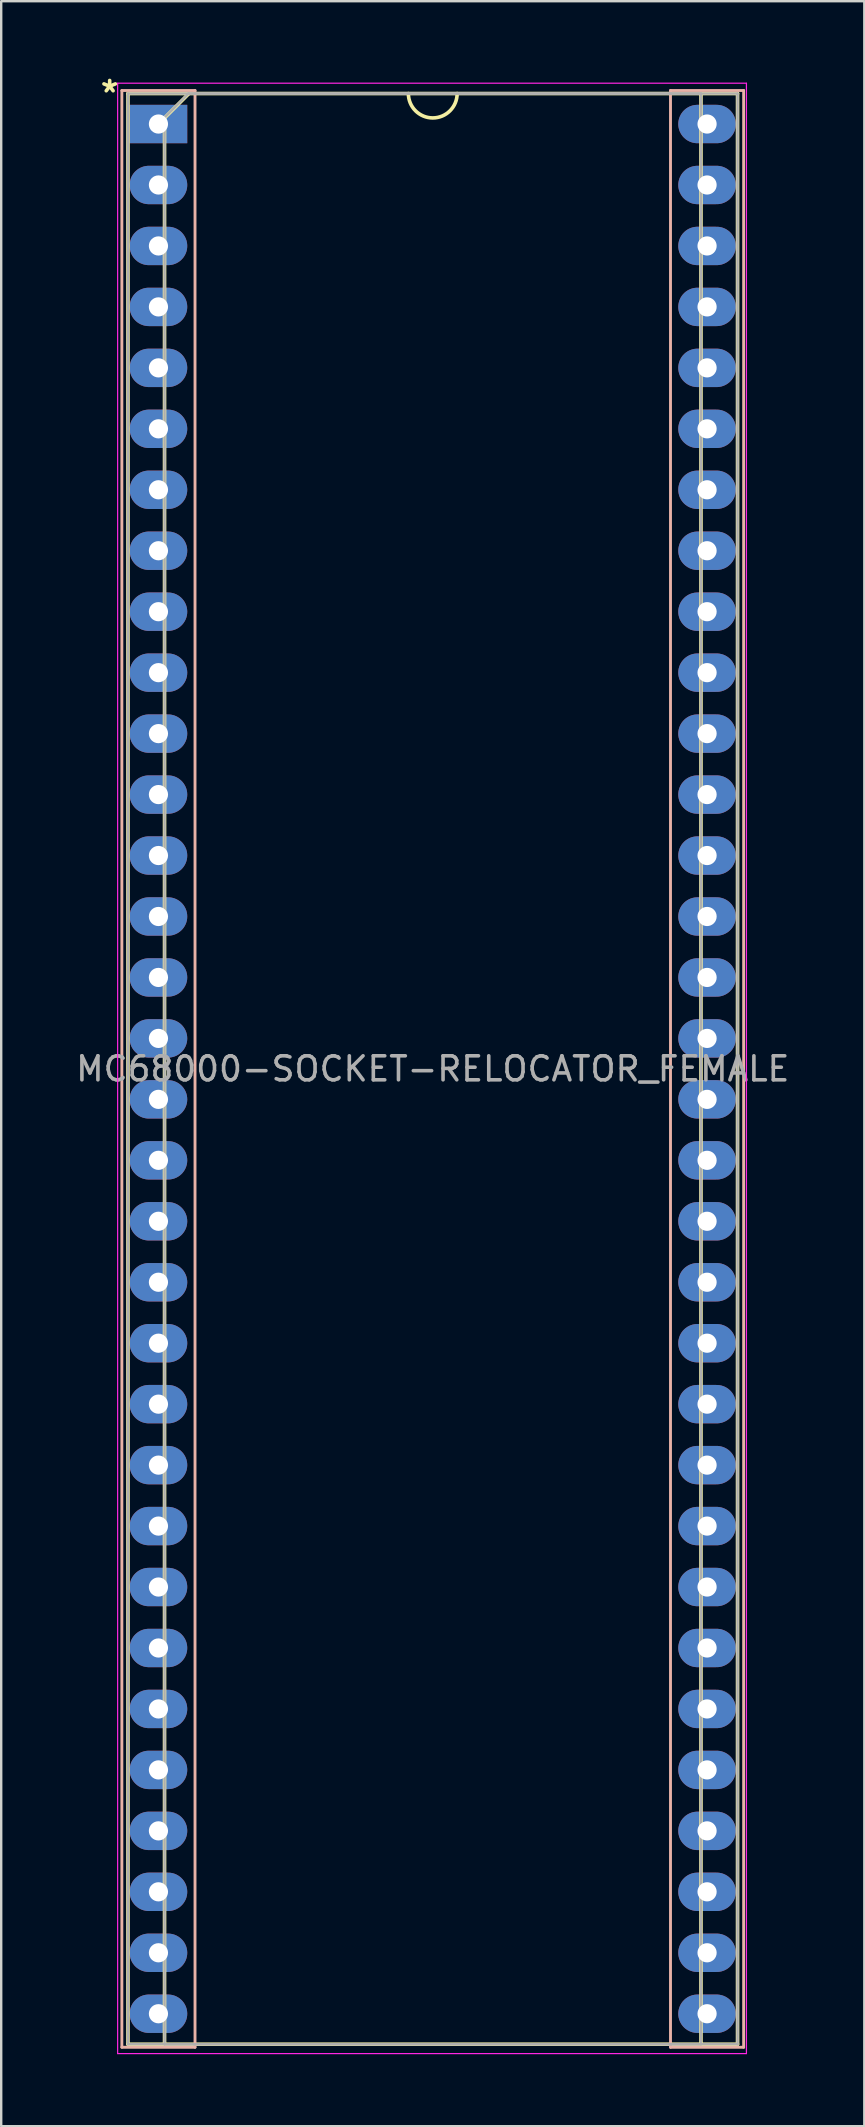
<source format=kicad_pcb>
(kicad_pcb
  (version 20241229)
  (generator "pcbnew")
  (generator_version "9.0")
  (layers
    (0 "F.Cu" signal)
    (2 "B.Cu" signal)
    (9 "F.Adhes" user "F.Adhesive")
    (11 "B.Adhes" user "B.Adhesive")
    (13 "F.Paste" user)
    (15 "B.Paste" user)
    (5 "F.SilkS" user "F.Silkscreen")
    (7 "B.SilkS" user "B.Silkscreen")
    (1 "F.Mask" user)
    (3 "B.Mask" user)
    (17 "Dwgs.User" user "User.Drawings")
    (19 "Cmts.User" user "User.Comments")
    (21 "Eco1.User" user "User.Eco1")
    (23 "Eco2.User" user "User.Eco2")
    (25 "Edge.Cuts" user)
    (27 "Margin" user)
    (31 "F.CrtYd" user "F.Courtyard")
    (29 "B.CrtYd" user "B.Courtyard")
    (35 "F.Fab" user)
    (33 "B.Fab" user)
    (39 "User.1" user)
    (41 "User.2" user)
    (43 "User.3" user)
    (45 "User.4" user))
  (footprint "MC68000-SOCKET-RELOCATOR_FEMALE"
    (layer "F.Cu")
    (at 3.552 2.118)
    (property "Reference" "MC68000-SOCKET-RELOCATOR_FEMALE" (at 11.43 39.37 0) (layer "F.Fab") (effects (font (size 1 1) (thickness 0.15))))
    (attr through_hole)
    (fp_line (start -1.27 -1.27) (end -1.27 80.01) (stroke (width 0.15) (type solid)) (layer "F.SilkS"))
    (fp_line (start -1.27 80.01) (end 24.13 80.01) (stroke (width 0.15) (type solid)) (layer "F.SilkS"))
    (fp_line (start 0.254 -0.254) (end 1.27 -1.27) (stroke (width 0.15) (type solid)) (layer "F.SilkS"))
    (fp_line (start 0.254 80.01) (end 0.254 -0.254) (stroke (width 0.15) (type solid)) (layer "F.SilkS"))
    (fp_line (start 22.606 -1.27) (end 22.606 80.01) (stroke (width 0.15) (type solid)) (layer "F.SilkS"))
    (fp_line (start 24.13 -1.27) (end -1.27 -1.27) (stroke (width 0.15) (type solid)) (layer "F.SilkS"))
    (fp_line (start 24.13 80.01) (end 24.13 -1.27) (stroke (width 0.15) (type solid)) (layer "F.SilkS"))
    (fp_arc (start 12.446 -1.27) (mid 11.43 -0.254) (end 10.414 -1.27) (stroke (width 0.15) (type solid)) (layer "F.SilkS"))
    (fp_line (start -1.524 -1.397) (end -1.524 80.137) (stroke (width 0.12) (type solid)) (layer "B.SilkS"))
    (fp_line (start -1.524 80.137) (end 1.524 80.137) (stroke (width 0.12) (type solid)) (layer "B.SilkS"))
    (fp_line (start 1.524 -1.397) (end -1.524 -1.397) (stroke (width 0.12) (type solid)) (layer "B.SilkS"))
    (fp_line (start 1.524 -1.397) (end 1.524 80.137) (stroke (width 0.12) (type solid)) (layer "B.SilkS"))
    (fp_line (start 21.336 80.137) (end 21.336 -1.397) (stroke (width 0.12) (type solid)) (layer "B.SilkS"))
    (fp_line (start 24.384 -1.397) (end 21.336 -1.397) (stroke (width 0.12) (type solid)) (layer "B.SilkS"))
    (fp_line (start 24.384 80.137) (end 21.336 80.137) (stroke (width 0.12) (type solid)) (layer "B.SilkS"))
    (fp_line (start 24.384 80.137) (end 24.384 -1.397) (stroke (width 0.12) (type solid)) (layer "B.SilkS"))
    (fp_line (start -1.7 -1.7) (end -1.7 80.4) (stroke (width 0.05) (type solid)) (layer "F.CrtYd"))
    (fp_line (start -1.7 80.4) (end 24.5 80.4) (stroke (width 0.05) (type solid)) (layer "F.CrtYd"))
    (fp_line (start 24.5 -1.7) (end -1.7 -1.7) (stroke (width 0.05) (type solid)) (layer "F.CrtYd"))
    (fp_line (start 24.5 80.4) (end 24.5 -1.7) (stroke (width 0.05) (type solid)) (layer "F.CrtYd"))
    (fp_line (start -1.27 -1.27) (end -1.27 80.01) (stroke (width 0.1) (type solid)) (layer "F.Fab"))
    (fp_line (start -1.27 80.01) (end 24.13 80.01) (stroke (width 0.1) (type solid)) (layer "F.Fab"))
    (fp_line (start 0.255 -0.27) (end 1.255 -1.27) (stroke (width 0.1) (type solid)) (layer "F.Fab"))
    (fp_line (start 0.255 80.01) (end 0.255 -0.27) (stroke (width 0.1) (type solid)) (layer "F.Fab"))
    (fp_line (start 1.255 -1.27) (end 22.605 -1.27) (stroke (width 0.1) (type solid)) (layer "F.Fab"))
    (fp_line (start 22.605 -1.27) (end 22.605 80.01) (stroke (width 0.1) (type solid)) (layer "F.Fab"))
    (fp_line (start 22.605 80.01) (end 0.255 80.01) (stroke (width 0.1) (type solid)) (layer "F.Fab"))
    (fp_line (start 24.13 -1.27) (end -1.27 -1.27) (stroke (width 0.1) (type solid)) (layer "F.Fab"))
    (fp_line (start 24.13 80.01) (end 24.13 -1.27) (stroke (width 0.1) (type solid)) (layer "F.Fab"))
    (fp_text user "*" (at -2.032 -1.27 0) (layer "F.SilkS") (effects (font (size 1 1) (thickness 0.15))))
    (pad "1" thru_hole rect (at 0 0) (size 2.4 1.6) (drill 0.8) (layers "*.Cu" "*.Mask"))
    (pad "2" thru_hole oval (at 0 2.54) (size 2.4 1.6) (drill 0.8) (layers "*.Cu" "*.Mask"))
    (pad "3" thru_hole oval (at 0 5.08) (size 2.4 1.6) (drill 0.8) (layers "*.Cu" "*.Mask"))
    (pad "4" thru_hole oval (at 0 7.62) (size 2.4 1.6) (drill 0.8) (layers "*.Cu" "*.Mask"))
    (pad "5" thru_hole oval (at 0 10.16) (size 2.4 1.6) (drill 0.8) (layers "*.Cu" "*.Mask"))
    (pad "6" thru_hole oval (at 0 12.7) (size 2.4 1.6) (drill 0.8) (layers "*.Cu" "*.Mask"))
    (pad "7" thru_hole oval (at 0 15.24) (size 2.4 1.6) (drill 0.8) (layers "*.Cu" "*.Mask"))
    (pad "8" thru_hole oval (at 0 17.78) (size 2.4 1.6) (drill 0.8) (layers "*.Cu" "*.Mask"))
    (pad "9" thru_hole oval (at 0 20.32) (size 2.4 1.6) (drill 0.8) (layers "*.Cu" "*.Mask"))
    (pad "10" thru_hole oval (at 0 22.86) (size 2.4 1.6) (drill 0.8) (layers "*.Cu" "*.Mask"))
    (pad "11" thru_hole oval (at 0 25.4) (size 2.4 1.6) (drill 0.8) (layers "*.Cu" "*.Mask"))
    (pad "12" thru_hole oval (at 0 27.94) (size 2.4 1.6) (drill 0.8) (layers "*.Cu" "*.Mask"))
    (pad "13" thru_hole oval (at 0 30.48) (size 2.4 1.6) (drill 0.8) (layers "*.Cu" "*.Mask"))
    (pad "14" thru_hole oval (at 0 33.02) (size 2.4 1.6) (drill 0.8) (layers "*.Cu" "*.Mask"))
    (pad "15" thru_hole oval (at 0 35.56) (size 2.4 1.6) (drill 0.8) (layers "*.Cu" "*.Mask"))
    (pad "16" thru_hole oval (at 0 38.1) (size 2.4 1.6) (drill 0.8) (layers "*.Cu" "*.Mask"))
    (pad "17" thru_hole oval (at 0 40.64) (size 2.4 1.6) (drill 0.8) (layers "*.Cu" "*.Mask"))
    (pad "18" thru_hole oval (at 0 43.18) (size 2.4 1.6) (drill 0.8) (layers "*.Cu" "*.Mask"))
    (pad "19" thru_hole oval (at 0 45.72) (size 2.4 1.6) (drill 0.8) (layers "*.Cu" "*.Mask"))
    (pad "20" thru_hole oval (at 0 48.26) (size 2.4 1.6) (drill 0.8) (layers "*.Cu" "*.Mask"))
    (pad "21" thru_hole oval (at 0 50.8) (size 2.4 1.6) (drill 0.8) (layers "*.Cu" "*.Mask"))
    (pad "22" thru_hole oval (at 0 53.34) (size 2.4 1.6) (drill 0.8) (layers "*.Cu" "*.Mask"))
    (pad "23" thru_hole oval (at 0 55.88) (size 2.4 1.6) (drill 0.8) (layers "*.Cu" "*.Mask"))
    (pad "24" thru_hole oval (at 0 58.42) (size 2.4 1.6) (drill 0.8) (layers "*.Cu" "*.Mask"))
    (pad "25" thru_hole oval (at 0 60.96) (size 2.4 1.6) (drill 0.8) (layers "*.Cu" "*.Mask"))
    (pad "26" thru_hole oval (at 0 63.5) (size 2.4 1.6) (drill 0.8) (layers "*.Cu" "*.Mask"))
    (pad "27" thru_hole oval (at 0 66.04) (size 2.4 1.6) (drill 0.8) (layers "*.Cu" "*.Mask"))
    (pad "28" thru_hole oval (at 0 68.58) (size 2.4 1.6) (drill 0.8) (layers "*.Cu" "*.Mask"))
    (pad "29" thru_hole oval (at 0 71.12) (size 2.4 1.6) (drill 0.8) (layers "*.Cu" "*.Mask"))
    (pad "30" thru_hole oval (at 0 73.66) (size 2.4 1.6) (drill 0.8) (layers "*.Cu" "*.Mask"))
    (pad "31" thru_hole oval (at 0 76.2) (size 2.4 1.6) (drill 0.8) (layers "*.Cu" "*.Mask"))
    (pad "32" thru_hole oval (at 0 78.74) (size 2.4 1.6) (drill 0.8) (layers "*.Cu" "*.Mask"))
    (pad "33" thru_hole oval (at 22.86 78.74) (size 2.4 1.6) (drill 0.8) (layers "*.Cu" "*.Mask"))
    (pad "34" thru_hole oval (at 22.86 76.2) (size 2.4 1.6) (drill 0.8) (layers "*.Cu" "*.Mask"))
    (pad "35" thru_hole oval (at 22.86 73.66) (size 2.4 1.6) (drill 0.8) (layers "*.Cu" "*.Mask"))
    (pad "36" thru_hole oval (at 22.86 71.12) (size 2.4 1.6) (drill 0.8) (layers "*.Cu" "*.Mask"))
    (pad "37" thru_hole oval (at 22.86 68.58) (size 2.4 1.6) (drill 0.8) (layers "*.Cu" "*.Mask"))
    (pad "38" thru_hole oval (at 22.86 66.04) (size 2.4 1.6) (drill 0.8) (layers "*.Cu" "*.Mask"))
    (pad "39" thru_hole oval (at 22.86 63.5) (size 2.4 1.6) (drill 0.8) (layers "*.Cu" "*.Mask"))
    (pad "40" thru_hole oval (at 22.86 60.96) (size 2.4 1.6) (drill 0.8) (layers "*.Cu" "*.Mask"))
    (pad "41" thru_hole oval (at 22.86 58.42) (size 2.4 1.6) (drill 0.8) (layers "*.Cu" "*.Mask"))
    (pad "42" thru_hole oval (at 22.86 55.88) (size 2.4 1.6) (drill 0.8) (layers "*.Cu" "*.Mask"))
    (pad "43" thru_hole oval (at 22.86 53.34) (size 2.4 1.6) (drill 0.8) (layers "*.Cu" "*.Mask"))
    (pad "44" thru_hole oval (at 22.86 50.8) (size 2.4 1.6) (drill 0.8) (layers "*.Cu" "*.Mask"))
    (pad "45" thru_hole oval (at 22.86 48.26) (size 2.4 1.6) (drill 0.8) (layers "*.Cu" "*.Mask"))
    (pad "46" thru_hole oval (at 22.86 45.72) (size 2.4 1.6) (drill 0.8) (layers "*.Cu" "*.Mask"))
    (pad "47" thru_hole oval (at 22.86 43.18) (size 2.4 1.6) (drill 0.8) (layers "*.Cu" "*.Mask"))
    (pad "48" thru_hole oval (at 22.86 40.64) (size 2.4 1.6) (drill 0.8) (layers "*.Cu" "*.Mask"))
    (pad "49" thru_hole oval (at 22.86 38.1) (size 2.4 1.6) (drill 0.8) (layers "*.Cu" "*.Mask"))
    (pad "50" thru_hole oval (at 22.86 35.56) (size 2.4 1.6) (drill 0.8) (layers "*.Cu" "*.Mask"))
    (pad "51" thru_hole oval (at 22.86 33.02) (size 2.4 1.6) (drill 0.8) (layers "*.Cu" "*.Mask"))
    (pad "52" thru_hole oval (at 22.86 30.48) (size 2.4 1.6) (drill 0.8) (layers "*.Cu" "*.Mask"))
    (pad "53" thru_hole oval (at 22.86 27.94) (size 2.4 1.6) (drill 0.8) (layers "*.Cu" "*.Mask"))
    (pad "54" thru_hole oval (at 22.86 25.4) (size 2.4 1.6) (drill 0.8) (layers "*.Cu" "*.Mask"))
    (pad "55" thru_hole oval (at 22.86 22.86) (size 2.4 1.6) (drill 0.8) (layers "*.Cu" "*.Mask"))
    (pad "56" thru_hole oval (at 22.86 20.32) (size 2.4 1.6) (drill 0.8) (layers "*.Cu" "*.Mask"))
    (pad "57" thru_hole oval (at 22.86 17.78) (size 2.4 1.6) (drill 0.8) (layers "*.Cu" "*.Mask"))
    (pad "58" thru_hole oval (at 22.86 15.24) (size 2.4 1.6) (drill 0.8) (layers "*.Cu" "*.Mask"))
    (pad "59" thru_hole oval (at 22.86 12.7) (size 2.4 1.6) (drill 0.8) (layers "*.Cu" "*.Mask"))
    (pad "60" thru_hole oval (at 22.86 10.16) (size 2.4 1.6) (drill 0.8) (layers "*.Cu" "*.Mask"))
    (pad "61" thru_hole oval (at 22.86 7.62) (size 2.4 1.6) (drill 0.8) (layers "*.Cu" "*.Mask"))
    (pad "62" thru_hole oval (at 22.86 5.08) (size 2.4 1.6) (drill 0.8) (layers "*.Cu" "*.Mask"))
    (pad "63" thru_hole oval (at 22.86 2.54) (size 2.4 1.6) (drill 0.8) (layers "*.Cu" "*.Mask"))
    (pad "64" thru_hole oval (at 22.86 0) (size 2.4 1.6) (drill 0.8) (layers "*.Cu" "*.Mask")))
  (gr_rect
    (start -3 -3)
    (end 32.964 85.543)
    (stroke (width 0.1) (type default))
    (fill no)
    (layer "Edge.Cuts")))
</source>
